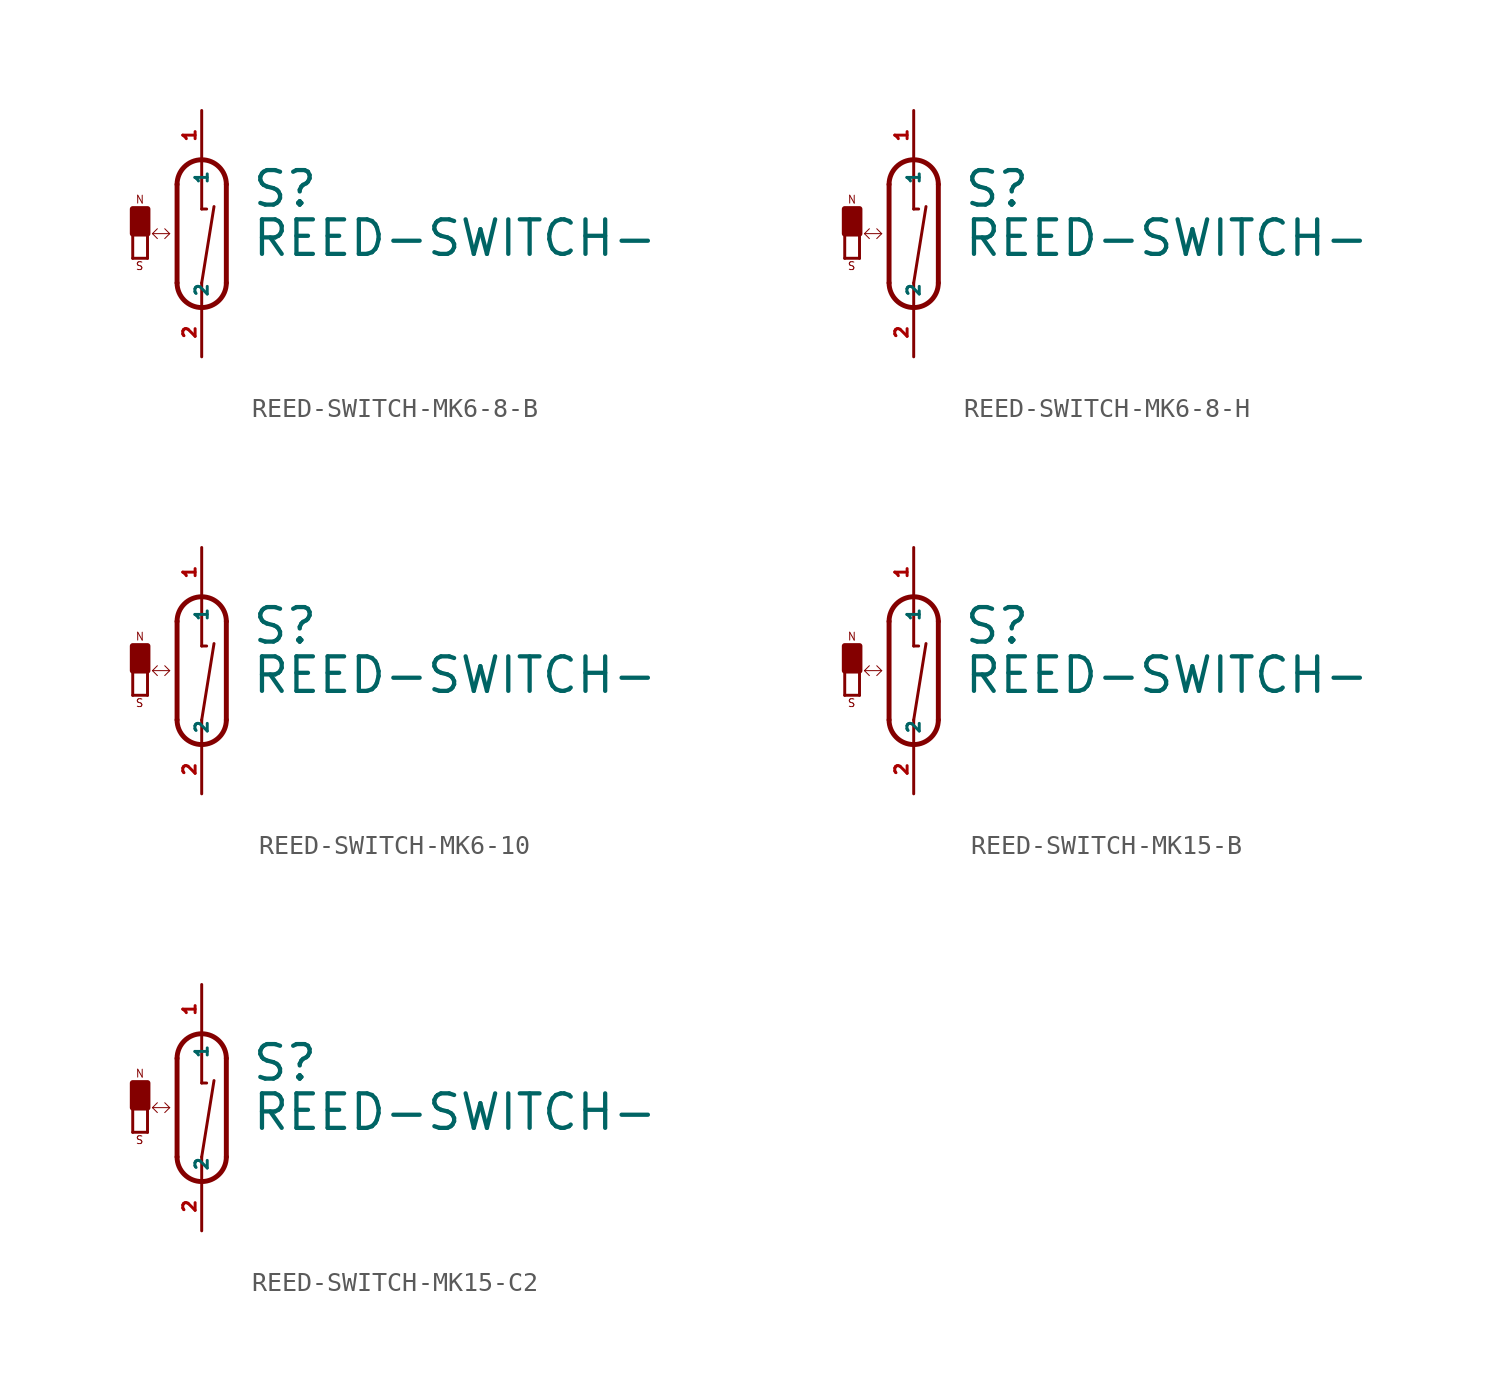
<source format=kicad_sym>
(kicad_symbol_lib
  (version 20220914)
  (generator Eagle2Kicad)
  (symbol "REED-SWITCH-MK6-8-B"
    (property "Reference" "S"
      (at 2.54 2.54 0)
      (effects (font (size 1.778 1.778) (thickness 0.22)) (justify left bottom)))
    (property "Value" "REED-SWITCH-"
      (at 2.54 0 0)
      (effects (font (size 1.778 1.778) (thickness 0.22)) (justify left bottom)))
    (polyline
      (pts (xy 0 -2.54) (xy 0 -1.27))
      (stroke (width 0.152) (type default))
      (fill (type none)))
    (polyline
      (pts (xy 0 -1.27) (xy 0.635 2.667))
      (stroke (width 0.152) (type default))
      (fill (type none)))
    (polyline
      (pts (xy 0.254 2.54) (xy 0 2.54))
      (stroke (width 0.152) (type default))
      (fill (type none)))
    (polyline
      (pts (xy 0 2.54) (xy 0 5.08))
      (stroke (width 0.152) (type default))
      (fill (type none)))
    (polyline
      (pts (xy -1.27 3.81) (xy -1.27 -1.27))
      (stroke (width 0.254) (type default))
      (fill (type none)))
    (arc
      (start -1.27 -1.27)
      (mid 0.000 -2.540)
      (end 1.27 -1.27)
      (stroke (width 0.254) (type default))
      (fill (type none)))
    (polyline
      (pts (xy 1.27 -1.27) (xy 1.27 3.81))
      (stroke (width 0.254) (type default))
      (fill (type none)))
    (arc
      (start 1.27 3.81)
      (mid 0.000 5.080)
      (end -1.27 3.81)
      (stroke (width 0.254) (type default))
      (fill (type none)))
    (polyline
      (pts (xy -3.556 2.54) (xy -2.794 2.54))
      (stroke (width 0.152) (type default))
      (fill (type none)))
    (polyline
      (pts (xy -2.794 2.54) (xy -2.794 0))
      (stroke (width 0.152) (type default))
      (fill (type none)))
    (polyline
      (pts (xy -2.794 0) (xy -3.556 0))
      (stroke (width 0.152) (type default))
      (fill (type none)))
    (polyline
      (pts (xy -3.556 0) (xy -3.556 2.54))
      (stroke (width 0.152) (type default))
      (fill (type none)))
    (polyline
      (pts (xy -2.54 1.27) (xy -1.651 1.27))
      (stroke (width 0.051) (type default))
      (fill (type none)))
    (polyline
      (pts (xy -1.651 1.27) (xy -1.905 1.524))
      (stroke (width 0.051) (type default))
      (fill (type none)))
    (polyline
      (pts (xy -1.651 1.27) (xy -1.905 1.016))
      (stroke (width 0.051) (type default))
      (fill (type none)))
    (polyline
      (pts (xy -2.286 1.524) (xy -2.54 1.27))
      (stroke (width 0.051) (type default))
      (fill (type none)))
    (polyline
      (pts (xy -2.286 1.016) (xy -2.54 1.27))
      (stroke (width 0.051) (type default))
      (fill (type none)))
    (text "N"
      (at -3.429 2.794 0)
      (effects (font (size 0.406 0.406) (thickness 0.05)) (justify left bottom)))
    (text "S"
      (at -3.429 -0.635 0)
      (effects (font (size 0.406 0.406) (thickness 0.05)) (justify left bottom)))
    (rectangle
      (start -3.556 1.27)
      (end -2.794 2.54)
      (stroke (width 0.3) (type default))
      (fill (type outline)))
    (pin passive line
      (at 0 7.62 270)
      (length 2.54)
      (name "1" (effects (font (size 0.635 0.635) (thickness 0.08)) (justify left bottom)))
      (number "1" (effects (font (size 0.635 0.635) (thickness 0.08)) (justify left bottom))))
    (pin passive line
      (at 0 -5.08 90)
      (length 2.54)
      (name "2" (effects (font (size 0.635 0.635) (thickness 0.08)) (justify left bottom)))
      (number "2" (effects (font (size 0.635 0.635) (thickness 0.08)) (justify left bottom)))))
  (symbol "REED-SWITCH-MK6-8-H"
    (property "Reference" "S"
      (at 2.54 2.54 0)
      (effects (font (size 1.778 1.778) (thickness 0.22)) (justify left bottom)))
    (property "Value" "REED-SWITCH-"
      (at 2.54 0 0)
      (effects (font (size 1.778 1.778) (thickness 0.22)) (justify left bottom)))
    (polyline
      (pts (xy 0 -2.54) (xy 0 -1.27))
      (stroke (width 0.152) (type default))
      (fill (type none)))
    (polyline
      (pts (xy 0 -1.27) (xy 0.635 2.667))
      (stroke (width 0.152) (type default))
      (fill (type none)))
    (polyline
      (pts (xy 0.254 2.54) (xy 0 2.54))
      (stroke (width 0.152) (type default))
      (fill (type none)))
    (polyline
      (pts (xy 0 2.54) (xy 0 5.08))
      (stroke (width 0.152) (type default))
      (fill (type none)))
    (polyline
      (pts (xy -1.27 3.81) (xy -1.27 -1.27))
      (stroke (width 0.254) (type default))
      (fill (type none)))
    (arc
      (start -1.27 -1.27)
      (mid 0.000 -2.540)
      (end 1.27 -1.27)
      (stroke (width 0.254) (type default))
      (fill (type none)))
    (polyline
      (pts (xy 1.27 -1.27) (xy 1.27 3.81))
      (stroke (width 0.254) (type default))
      (fill (type none)))
    (arc
      (start 1.27 3.81)
      (mid 0.000 5.080)
      (end -1.27 3.81)
      (stroke (width 0.254) (type default))
      (fill (type none)))
    (polyline
      (pts (xy -3.556 2.54) (xy -2.794 2.54))
      (stroke (width 0.152) (type default))
      (fill (type none)))
    (polyline
      (pts (xy -2.794 2.54) (xy -2.794 0))
      (stroke (width 0.152) (type default))
      (fill (type none)))
    (polyline
      (pts (xy -2.794 0) (xy -3.556 0))
      (stroke (width 0.152) (type default))
      (fill (type none)))
    (polyline
      (pts (xy -3.556 0) (xy -3.556 2.54))
      (stroke (width 0.152) (type default))
      (fill (type none)))
    (polyline
      (pts (xy -2.54 1.27) (xy -1.651 1.27))
      (stroke (width 0.051) (type default))
      (fill (type none)))
    (polyline
      (pts (xy -1.651 1.27) (xy -1.905 1.524))
      (stroke (width 0.051) (type default))
      (fill (type none)))
    (polyline
      (pts (xy -1.651 1.27) (xy -1.905 1.016))
      (stroke (width 0.051) (type default))
      (fill (type none)))
    (polyline
      (pts (xy -2.286 1.524) (xy -2.54 1.27))
      (stroke (width 0.051) (type default))
      (fill (type none)))
    (polyline
      (pts (xy -2.286 1.016) (xy -2.54 1.27))
      (stroke (width 0.051) (type default))
      (fill (type none)))
    (text "N"
      (at -3.429 2.794 0)
      (effects (font (size 0.406 0.406) (thickness 0.05)) (justify left bottom)))
    (text "S"
      (at -3.429 -0.635 0)
      (effects (font (size 0.406 0.406) (thickness 0.05)) (justify left bottom)))
    (rectangle
      (start -3.556 1.27)
      (end -2.794 2.54)
      (stroke (width 0.3) (type default))
      (fill (type outline)))
    (pin passive line
      (at 0 7.62 270)
      (length 2.54)
      (name "1" (effects (font (size 0.635 0.635) (thickness 0.08)) (justify left bottom)))
      (number "1" (effects (font (size 0.635 0.635) (thickness 0.08)) (justify left bottom))))
    (pin passive line
      (at 0 -5.08 90)
      (length 2.54)
      (name "2" (effects (font (size 0.635 0.635) (thickness 0.08)) (justify left bottom)))
      (number "2" (effects (font (size 0.635 0.635) (thickness 0.08)) (justify left bottom)))))
  (symbol "REED-SWITCH-MK6-10"
    (property "Reference" "S"
      (at 2.54 2.54 0)
      (effects (font (size 1.778 1.778) (thickness 0.22)) (justify left bottom)))
    (property "Value" "REED-SWITCH-"
      (at 2.54 0 0)
      (effects (font (size 1.778 1.778) (thickness 0.22)) (justify left bottom)))
    (polyline
      (pts (xy 0 -2.54) (xy 0 -1.27))
      (stroke (width 0.152) (type default))
      (fill (type none)))
    (polyline
      (pts (xy 0 -1.27) (xy 0.635 2.667))
      (stroke (width 0.152) (type default))
      (fill (type none)))
    (polyline
      (pts (xy 0.254 2.54) (xy 0 2.54))
      (stroke (width 0.152) (type default))
      (fill (type none)))
    (polyline
      (pts (xy 0 2.54) (xy 0 5.08))
      (stroke (width 0.152) (type default))
      (fill (type none)))
    (polyline
      (pts (xy -1.27 3.81) (xy -1.27 -1.27))
      (stroke (width 0.254) (type default))
      (fill (type none)))
    (arc
      (start -1.27 -1.27)
      (mid 0.000 -2.540)
      (end 1.27 -1.27)
      (stroke (width 0.254) (type default))
      (fill (type none)))
    (polyline
      (pts (xy 1.27 -1.27) (xy 1.27 3.81))
      (stroke (width 0.254) (type default))
      (fill (type none)))
    (arc
      (start 1.27 3.81)
      (mid 0.000 5.080)
      (end -1.27 3.81)
      (stroke (width 0.254) (type default))
      (fill (type none)))
    (polyline
      (pts (xy -3.556 2.54) (xy -2.794 2.54))
      (stroke (width 0.152) (type default))
      (fill (type none)))
    (polyline
      (pts (xy -2.794 2.54) (xy -2.794 0))
      (stroke (width 0.152) (type default))
      (fill (type none)))
    (polyline
      (pts (xy -2.794 0) (xy -3.556 0))
      (stroke (width 0.152) (type default))
      (fill (type none)))
    (polyline
      (pts (xy -3.556 0) (xy -3.556 2.54))
      (stroke (width 0.152) (type default))
      (fill (type none)))
    (polyline
      (pts (xy -2.54 1.27) (xy -1.651 1.27))
      (stroke (width 0.051) (type default))
      (fill (type none)))
    (polyline
      (pts (xy -1.651 1.27) (xy -1.905 1.524))
      (stroke (width 0.051) (type default))
      (fill (type none)))
    (polyline
      (pts (xy -1.651 1.27) (xy -1.905 1.016))
      (stroke (width 0.051) (type default))
      (fill (type none)))
    (polyline
      (pts (xy -2.286 1.524) (xy -2.54 1.27))
      (stroke (width 0.051) (type default))
      (fill (type none)))
    (polyline
      (pts (xy -2.286 1.016) (xy -2.54 1.27))
      (stroke (width 0.051) (type default))
      (fill (type none)))
    (text "N"
      (at -3.429 2.794 0)
      (effects (font (size 0.406 0.406) (thickness 0.05)) (justify left bottom)))
    (text "S"
      (at -3.429 -0.635 0)
      (effects (font (size 0.406 0.406) (thickness 0.05)) (justify left bottom)))
    (rectangle
      (start -3.556 1.27)
      (end -2.794 2.54)
      (stroke (width 0.3) (type default))
      (fill (type outline)))
    (pin passive line
      (at 0 7.62 270)
      (length 2.54)
      (name "1" (effects (font (size 0.635 0.635) (thickness 0.08)) (justify left bottom)))
      (number "1" (effects (font (size 0.635 0.635) (thickness 0.08)) (justify left bottom))))
    (pin passive line
      (at 0 -5.08 90)
      (length 2.54)
      (name "2" (effects (font (size 0.635 0.635) (thickness 0.08)) (justify left bottom)))
      (number "2" (effects (font (size 0.635 0.635) (thickness 0.08)) (justify left bottom)))))
  (symbol "REED-SWITCH-MK15-B"
    (property "Reference" "S"
      (at 2.54 2.54 0)
      (effects (font (size 1.778 1.778) (thickness 0.22)) (justify left bottom)))
    (property "Value" "REED-SWITCH-"
      (at 2.54 0 0)
      (effects (font (size 1.778 1.778) (thickness 0.22)) (justify left bottom)))
    (polyline
      (pts (xy 0 -2.54) (xy 0 -1.27))
      (stroke (width 0.152) (type default))
      (fill (type none)))
    (polyline
      (pts (xy 0 -1.27) (xy 0.635 2.667))
      (stroke (width 0.152) (type default))
      (fill (type none)))
    (polyline
      (pts (xy 0.254 2.54) (xy 0 2.54))
      (stroke (width 0.152) (type default))
      (fill (type none)))
    (polyline
      (pts (xy 0 2.54) (xy 0 5.08))
      (stroke (width 0.152) (type default))
      (fill (type none)))
    (polyline
      (pts (xy -1.27 3.81) (xy -1.27 -1.27))
      (stroke (width 0.254) (type default))
      (fill (type none)))
    (arc
      (start -1.27 -1.27)
      (mid 0.000 -2.540)
      (end 1.27 -1.27)
      (stroke (width 0.254) (type default))
      (fill (type none)))
    (polyline
      (pts (xy 1.27 -1.27) (xy 1.27 3.81))
      (stroke (width 0.254) (type default))
      (fill (type none)))
    (arc
      (start 1.27 3.81)
      (mid 0.000 5.080)
      (end -1.27 3.81)
      (stroke (width 0.254) (type default))
      (fill (type none)))
    (polyline
      (pts (xy -3.556 2.54) (xy -2.794 2.54))
      (stroke (width 0.152) (type default))
      (fill (type none)))
    (polyline
      (pts (xy -2.794 2.54) (xy -2.794 0))
      (stroke (width 0.152) (type default))
      (fill (type none)))
    (polyline
      (pts (xy -2.794 0) (xy -3.556 0))
      (stroke (width 0.152) (type default))
      (fill (type none)))
    (polyline
      (pts (xy -3.556 0) (xy -3.556 2.54))
      (stroke (width 0.152) (type default))
      (fill (type none)))
    (polyline
      (pts (xy -2.54 1.27) (xy -1.651 1.27))
      (stroke (width 0.051) (type default))
      (fill (type none)))
    (polyline
      (pts (xy -1.651 1.27) (xy -1.905 1.524))
      (stroke (width 0.051) (type default))
      (fill (type none)))
    (polyline
      (pts (xy -1.651 1.27) (xy -1.905 1.016))
      (stroke (width 0.051) (type default))
      (fill (type none)))
    (polyline
      (pts (xy -2.286 1.524) (xy -2.54 1.27))
      (stroke (width 0.051) (type default))
      (fill (type none)))
    (polyline
      (pts (xy -2.286 1.016) (xy -2.54 1.27))
      (stroke (width 0.051) (type default))
      (fill (type none)))
    (text "N"
      (at -3.429 2.794 0)
      (effects (font (size 0.406 0.406) (thickness 0.05)) (justify left bottom)))
    (text "S"
      (at -3.429 -0.635 0)
      (effects (font (size 0.406 0.406) (thickness 0.05)) (justify left bottom)))
    (rectangle
      (start -3.556 1.27)
      (end -2.794 2.54)
      (stroke (width 0.3) (type default))
      (fill (type outline)))
    (pin passive line
      (at 0 7.62 270)
      (length 2.54)
      (name "1" (effects (font (size 0.635 0.635) (thickness 0.08)) (justify left bottom)))
      (number "1" (effects (font (size 0.635 0.635) (thickness 0.08)) (justify left bottom))))
    (pin passive line
      (at 0 -5.08 90)
      (length 2.54)
      (name "2" (effects (font (size 0.635 0.635) (thickness 0.08)) (justify left bottom)))
      (number "2" (effects (font (size 0.635 0.635) (thickness 0.08)) (justify left bottom)))))
  (symbol "REED-SWITCH-MK15-C2"
    (property "Reference" "S"
      (at 2.54 2.54 0)
      (effects (font (size 1.778 1.778) (thickness 0.22)) (justify left bottom)))
    (property "Value" "REED-SWITCH-"
      (at 2.54 0 0)
      (effects (font (size 1.778 1.778) (thickness 0.22)) (justify left bottom)))
    (polyline
      (pts (xy 0 -2.54) (xy 0 -1.27))
      (stroke (width 0.152) (type default))
      (fill (type none)))
    (polyline
      (pts (xy 0 -1.27) (xy 0.635 2.667))
      (stroke (width 0.152) (type default))
      (fill (type none)))
    (polyline
      (pts (xy 0.254 2.54) (xy 0 2.54))
      (stroke (width 0.152) (type default))
      (fill (type none)))
    (polyline
      (pts (xy 0 2.54) (xy 0 5.08))
      (stroke (width 0.152) (type default))
      (fill (type none)))
    (polyline
      (pts (xy -1.27 3.81) (xy -1.27 -1.27))
      (stroke (width 0.254) (type default))
      (fill (type none)))
    (arc
      (start -1.27 -1.27)
      (mid 0.000 -2.540)
      (end 1.27 -1.27)
      (stroke (width 0.254) (type default))
      (fill (type none)))
    (polyline
      (pts (xy 1.27 -1.27) (xy 1.27 3.81))
      (stroke (width 0.254) (type default))
      (fill (type none)))
    (arc
      (start 1.27 3.81)
      (mid 0.000 5.080)
      (end -1.27 3.81)
      (stroke (width 0.254) (type default))
      (fill (type none)))
    (polyline
      (pts (xy -3.556 2.54) (xy -2.794 2.54))
      (stroke (width 0.152) (type default))
      (fill (type none)))
    (polyline
      (pts (xy -2.794 2.54) (xy -2.794 0))
      (stroke (width 0.152) (type default))
      (fill (type none)))
    (polyline
      (pts (xy -2.794 0) (xy -3.556 0))
      (stroke (width 0.152) (type default))
      (fill (type none)))
    (polyline
      (pts (xy -3.556 0) (xy -3.556 2.54))
      (stroke (width 0.152) (type default))
      (fill (type none)))
    (polyline
      (pts (xy -2.54 1.27) (xy -1.651 1.27))
      (stroke (width 0.051) (type default))
      (fill (type none)))
    (polyline
      (pts (xy -1.651 1.27) (xy -1.905 1.524))
      (stroke (width 0.051) (type default))
      (fill (type none)))
    (polyline
      (pts (xy -1.651 1.27) (xy -1.905 1.016))
      (stroke (width 0.051) (type default))
      (fill (type none)))
    (polyline
      (pts (xy -2.286 1.524) (xy -2.54 1.27))
      (stroke (width 0.051) (type default))
      (fill (type none)))
    (polyline
      (pts (xy -2.286 1.016) (xy -2.54 1.27))
      (stroke (width 0.051) (type default))
      (fill (type none)))
    (text "N"
      (at -3.429 2.794 0)
      (effects (font (size 0.406 0.406) (thickness 0.05)) (justify left bottom)))
    (text "S"
      (at -3.429 -0.635 0)
      (effects (font (size 0.406 0.406) (thickness 0.05)) (justify left bottom)))
    (rectangle
      (start -3.556 1.27)
      (end -2.794 2.54)
      (stroke (width 0.3) (type default))
      (fill (type outline)))
    (pin passive line
      (at 0 7.62 270)
      (length 2.54)
      (name "1" (effects (font (size 0.635 0.635) (thickness 0.08)) (justify left bottom)))
      (number "1" (effects (font (size 0.635 0.635) (thickness 0.08)) (justify left bottom))))
    (pin passive line
      (at 0 -5.08 90)
      (length 2.54)
      (name "2" (effects (font (size 0.635 0.635) (thickness 0.08)) (justify left bottom)))
      (number "2" (effects (font (size 0.635 0.635) (thickness 0.08)) (justify left bottom))))))
</source>
